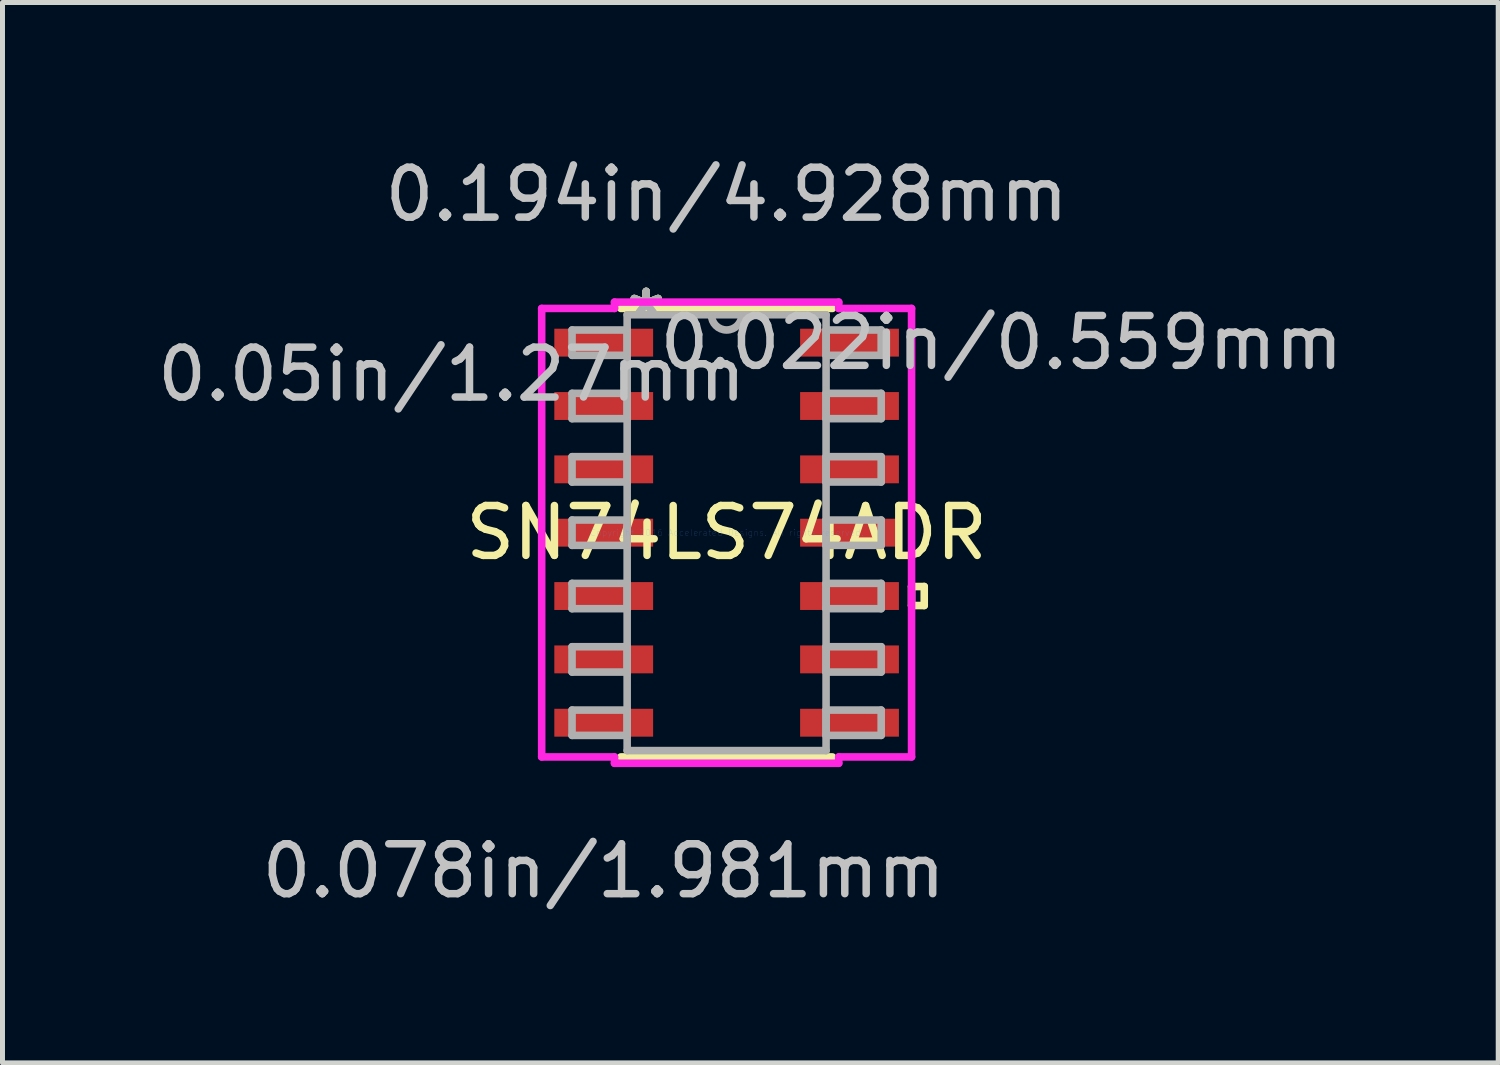
<source format=kicad_pcb>
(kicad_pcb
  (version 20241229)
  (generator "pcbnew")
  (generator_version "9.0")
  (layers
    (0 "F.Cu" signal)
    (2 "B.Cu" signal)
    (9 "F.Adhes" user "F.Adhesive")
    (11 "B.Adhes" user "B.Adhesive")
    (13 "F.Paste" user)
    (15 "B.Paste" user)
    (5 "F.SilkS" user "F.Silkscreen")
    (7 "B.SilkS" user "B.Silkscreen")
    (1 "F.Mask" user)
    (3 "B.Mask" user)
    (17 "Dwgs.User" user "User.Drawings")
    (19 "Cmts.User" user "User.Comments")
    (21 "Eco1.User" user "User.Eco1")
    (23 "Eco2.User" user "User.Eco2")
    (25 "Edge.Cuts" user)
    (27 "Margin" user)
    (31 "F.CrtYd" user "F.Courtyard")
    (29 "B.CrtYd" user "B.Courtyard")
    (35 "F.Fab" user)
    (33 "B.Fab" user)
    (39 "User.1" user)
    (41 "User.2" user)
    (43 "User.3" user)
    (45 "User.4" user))
  (footprint "SN74LS74ADR"
    (layer "F.Cu")
    (at 11.518 7.63)
    (property "Reference" "SN74LS74ADR" (at 0 0 0) (layer "F.SilkS") (effects (font (size 1 1) (thickness 0.15))))
    (attr through_hole)
    (fp_line (start -2.121 4.496) (end 2.121 4.496) (stroke (width 0.152) (type solid)) (layer "F.SilkS"))
    (fp_line (start 2.121 -4.496) (end -2.121 -4.496) (stroke (width 0.152) (type solid)) (layer "F.SilkS"))
    (fp_line (start 3.708 1.079) (end 3.962 1.079) (stroke (width 0.152) (type solid)) (layer "F.SilkS"))
    (fp_line (start 3.708 1.46) (end 3.708 1.079) (stroke (width 0.152) (type solid)) (layer "F.SilkS"))
    (fp_line (start 3.962 1.079) (end 3.962 1.46) (stroke (width 0.152) (type solid)) (layer "F.SilkS"))
    (fp_line (start 3.962 1.46) (end 3.708 1.46) (stroke (width 0.152) (type solid)) (layer "F.SilkS"))
    (fp_line (start -3.708 -4.496) (end -2.248 -4.496) (stroke (width 0.152) (type solid)) (layer "F.CrtYd"))
    (fp_line (start -3.708 4.496) (end -3.708 -4.496) (stroke (width 0.152) (type solid)) (layer "F.CrtYd"))
    (fp_line (start -2.248 -4.623) (end 2.248 -4.623) (stroke (width 0.152) (type solid)) (layer "F.CrtYd"))
    (fp_line (start -2.248 -4.496) (end -2.248 -4.623) (stroke (width 0.152) (type solid)) (layer "F.CrtYd"))
    (fp_line (start -2.248 4.496) (end -3.708 4.496) (stroke (width 0.152) (type solid)) (layer "F.CrtYd"))
    (fp_line (start -2.248 4.623) (end -2.248 4.496) (stroke (width 0.152) (type solid)) (layer "F.CrtYd"))
    (fp_line (start 2.248 -4.623) (end 2.248 -4.496) (stroke (width 0.152) (type solid)) (layer "F.CrtYd"))
    (fp_line (start 2.248 -4.496) (end 3.708 -4.496) (stroke (width 0.152) (type solid)) (layer "F.CrtYd"))
    (fp_line (start 2.248 4.496) (end 2.248 4.623) (stroke (width 0.152) (type solid)) (layer "F.CrtYd"))
    (fp_line (start 2.248 4.623) (end -2.248 4.623) (stroke (width 0.152) (type solid)) (layer "F.CrtYd"))
    (fp_line (start 3.708 -4.496) (end 3.708 4.496) (stroke (width 0.152) (type solid)) (layer "F.CrtYd"))
    (fp_line (start 3.708 4.496) (end 2.248 4.496) (stroke (width 0.152) (type solid)) (layer "F.CrtYd"))
    (fp_line (start -3.099 -4.064) (end -3.099 -3.556) (stroke (width 0.152) (type solid)) (layer "F.Fab"))
    (fp_line (start -3.099 -3.556) (end -1.994 -3.556) (stroke (width 0.152) (type solid)) (layer "F.Fab"))
    (fp_line (start -3.099 -2.794) (end -3.099 -2.286) (stroke (width 0.152) (type solid)) (layer "F.Fab"))
    (fp_line (start -3.099 -2.286) (end -1.994 -2.286) (stroke (width 0.152) (type solid)) (layer "F.Fab"))
    (fp_line (start -3.099 -1.524) (end -3.099 -1.016) (stroke (width 0.152) (type solid)) (layer "F.Fab"))
    (fp_line (start -3.099 -1.016) (end -1.994 -1.016) (stroke (width 0.152) (type solid)) (layer "F.Fab"))
    (fp_line (start -3.099 -0.254) (end -3.099 0.254) (stroke (width 0.152) (type solid)) (layer "F.Fab"))
    (fp_line (start -3.099 0.254) (end -1.994 0.254) (stroke (width 0.152) (type solid)) (layer "F.Fab"))
    (fp_line (start -3.099 1.016) (end -3.099 1.524) (stroke (width 0.152) (type solid)) (layer "F.Fab"))
    (fp_line (start -3.099 1.524) (end -1.994 1.524) (stroke (width 0.152) (type solid)) (layer "F.Fab"))
    (fp_line (start -3.099 2.286) (end -3.099 2.794) (stroke (width 0.152) (type solid)) (layer "F.Fab"))
    (fp_line (start -3.099 2.794) (end -1.994 2.794) (stroke (width 0.152) (type solid)) (layer "F.Fab"))
    (fp_line (start -3.099 3.556) (end -3.099 4.064) (stroke (width 0.152) (type solid)) (layer "F.Fab"))
    (fp_line (start -3.099 4.064) (end -1.994 4.064) (stroke (width 0.152) (type solid)) (layer "F.Fab"))
    (fp_line (start -1.994 -4.369) (end -1.994 4.369) (stroke (width 0.152) (type solid)) (layer "F.Fab"))
    (fp_line (start -1.994 -4.064) (end -3.099 -4.064) (stroke (width 0.152) (type solid)) (layer "F.Fab"))
    (fp_line (start -1.994 -3.556) (end -1.994 -4.064) (stroke (width 0.152) (type solid)) (layer "F.Fab"))
    (fp_line (start -1.994 -2.794) (end -3.099 -2.794) (stroke (width 0.152) (type solid)) (layer "F.Fab"))
    (fp_line (start -1.994 -2.286) (end -1.994 -2.794) (stroke (width 0.152) (type solid)) (layer "F.Fab"))
    (fp_line (start -1.994 -1.524) (end -3.099 -1.524) (stroke (width 0.152) (type solid)) (layer "F.Fab"))
    (fp_line (start -1.994 -1.016) (end -1.994 -1.524) (stroke (width 0.152) (type solid)) (layer "F.Fab"))
    (fp_line (start -1.994 -0.254) (end -3.099 -0.254) (stroke (width 0.152) (type solid)) (layer "F.Fab"))
    (fp_line (start -1.994 0.254) (end -1.994 -0.254) (stroke (width 0.152) (type solid)) (layer "F.Fab"))
    (fp_line (start -1.994 1.016) (end -3.099 1.016) (stroke (width 0.152) (type solid)) (layer "F.Fab"))
    (fp_line (start -1.994 1.524) (end -1.994 1.016) (stroke (width 0.152) (type solid)) (layer "F.Fab"))
    (fp_line (start -1.994 2.286) (end -3.099 2.286) (stroke (width 0.152) (type solid)) (layer "F.Fab"))
    (fp_line (start -1.994 2.794) (end -1.994 2.286) (stroke (width 0.152) (type solid)) (layer "F.Fab"))
    (fp_line (start -1.994 3.556) (end -3.099 3.556) (stroke (width 0.152) (type solid)) (layer "F.Fab"))
    (fp_line (start -1.994 4.064) (end -1.994 3.556) (stroke (width 0.152) (type solid)) (layer "F.Fab"))
    (fp_line (start -1.994 4.369) (end 1.994 4.369) (stroke (width 0.152) (type solid)) (layer "F.Fab"))
    (fp_line (start 1.994 -4.369) (end -1.994 -4.369) (stroke (width 0.152) (type solid)) (layer "F.Fab"))
    (fp_line (start 1.994 -4.064) (end 1.994 -3.556) (stroke (width 0.152) (type solid)) (layer "F.Fab"))
    (fp_line (start 1.994 -3.556) (end 3.099 -3.556) (stroke (width 0.152) (type solid)) (layer "F.Fab"))
    (fp_line (start 1.994 -2.794) (end 1.994 -2.286) (stroke (width 0.152) (type solid)) (layer "F.Fab"))
    (fp_line (start 1.994 -2.286) (end 3.099 -2.286) (stroke (width 0.152) (type solid)) (layer "F.Fab"))
    (fp_line (start 1.994 -1.524) (end 1.994 -1.016) (stroke (width 0.152) (type solid)) (layer "F.Fab"))
    (fp_line (start 1.994 -1.016) (end 3.099 -1.016) (stroke (width 0.152) (type solid)) (layer "F.Fab"))
    (fp_line (start 1.994 -0.254) (end 1.994 0.254) (stroke (width 0.152) (type solid)) (layer "F.Fab"))
    (fp_line (start 1.994 0.254) (end 3.099 0.254) (stroke (width 0.152) (type solid)) (layer "F.Fab"))
    (fp_line (start 1.994 1.016) (end 1.994 1.524) (stroke (width 0.152) (type solid)) (layer "F.Fab"))
    (fp_line (start 1.994 1.524) (end 3.099 1.524) (stroke (width 0.152) (type solid)) (layer "F.Fab"))
    (fp_line (start 1.994 2.286) (end 1.994 2.794) (stroke (width 0.152) (type solid)) (layer "F.Fab"))
    (fp_line (start 1.994 2.794) (end 3.099 2.794) (stroke (width 0.152) (type solid)) (layer "F.Fab"))
    (fp_line (start 1.994 3.556) (end 1.994 4.064) (stroke (width 0.152) (type solid)) (layer "F.Fab"))
    (fp_line (start 1.994 4.064) (end 3.099 4.064) (stroke (width 0.152) (type solid)) (layer "F.Fab"))
    (fp_line (start 1.994 4.369) (end 1.994 -4.369) (stroke (width 0.152) (type solid)) (layer "F.Fab"))
    (fp_line (start 3.099 -4.064) (end 1.994 -4.064) (stroke (width 0.152) (type solid)) (layer "F.Fab"))
    (fp_line (start 3.099 -3.556) (end 3.099 -4.064) (stroke (width 0.152) (type solid)) (layer "F.Fab"))
    (fp_line (start 3.099 -2.794) (end 1.994 -2.794) (stroke (width 0.152) (type solid)) (layer "F.Fab"))
    (fp_line (start 3.099 -2.286) (end 3.099 -2.794) (stroke (width 0.152) (type solid)) (layer "F.Fab"))
    (fp_line (start 3.099 -1.524) (end 1.994 -1.524) (stroke (width 0.152) (type solid)) (layer "F.Fab"))
    (fp_line (start 3.099 -1.016) (end 3.099 -1.524) (stroke (width 0.152) (type solid)) (layer "F.Fab"))
    (fp_line (start 3.099 -0.254) (end 1.994 -0.254) (stroke (width 0.152) (type solid)) (layer "F.Fab"))
    (fp_line (start 3.099 0.254) (end 3.099 -0.254) (stroke (width 0.152) (type solid)) (layer "F.Fab"))
    (fp_line (start 3.099 1.016) (end 1.994 1.016) (stroke (width 0.152) (type solid)) (layer "F.Fab"))
    (fp_line (start 3.099 1.524) (end 3.099 1.016) (stroke (width 0.152) (type solid)) (layer "F.Fab"))
    (fp_line (start 3.099 2.286) (end 1.994 2.286) (stroke (width 0.152) (type solid)) (layer "F.Fab"))
    (fp_line (start 3.099 2.794) (end 3.099 2.286) (stroke (width 0.152) (type solid)) (layer "F.Fab"))
    (fp_line (start 3.099 3.556) (end 1.994 3.556) (stroke (width 0.152) (type solid)) (layer "F.Fab"))
    (fp_line (start 3.099 4.064) (end 3.099 3.556) (stroke (width 0.152) (type solid)) (layer "F.Fab"))
    (fp_arc (start 0.3048 -4.3688) (mid 0 -4.064) (end -0.3048 -4.3688) (stroke (width 0.1524) (type solid)) (layer "F.Fab"))
    (fp_text user "*" (at -1.613 -4.293 0) (layer "F.SilkS") (effects (font (size 1 1) (thickness 0.15))))
    (fp_text user "*" (at -1.613 -4.293 0) (layer "F.SilkS") (effects (font (size 1 1) (thickness 0.15))))
    (fp_text user "0.194in/4.928mm" (at 0 -6.782 0) (layer "Dwgs.User") (effects (font (size 1 1) (thickness 0.15))))
    (fp_text user "0.05in/1.27mm" (at -5.512 -3.175 0) (layer "Dwgs.User") (effects (font (size 1 1) (thickness 0.15))))
    (fp_text user "0.022in/0.559mm" (at 5.512 -3.81 0) (layer "Dwgs.User") (effects (font (size 1 1) (thickness 0.15))))
    (fp_text user "0.078in/1.981mm" (at -2.464 6.782 0) (layer "Dwgs.User") (effects (font (size 1 1) (thickness 0.15))))
    (fp_text user "Copyright 2016 Accelerated Designs. All rights reserved." (at 0 0 0) (layer "Cmts.User") (effects (font (size 0.127 0.127) (thickness 0.002))))
    (fp_text user "*" (at -1.613 -4.293 0) (layer "F.Fab") (effects (font (size 1 1) (thickness 0.15))))
    (fp_text user "*" (at -1.613 -4.293 0) (layer "F.Fab") (effects (font (size 1 1) (thickness 0.15))))
    (pad "1" smd rect (at -2.464 -3.81) (size 1.981 0.559) (layers "F.Cu" "F.Mask" "F.Paste"))
    (pad "2" smd rect (at -2.464 -2.54) (size 1.981 0.559) (layers "F.Cu" "F.Mask" "F.Paste"))
    (pad "3" smd rect (at -2.464 -1.27) (size 1.981 0.559) (layers "F.Cu" "F.Mask" "F.Paste"))
    (pad "4" smd rect (at -2.464 0) (size 1.981 0.559) (layers "F.Cu" "F.Mask" "F.Paste"))
    (pad "5" smd rect (at -2.464 1.27) (size 1.981 0.559) (layers "F.Cu" "F.Mask" "F.Paste"))
    (pad "6" smd rect (at -2.464 2.54) (size 1.981 0.559) (layers "F.Cu" "F.Mask" "F.Paste"))
    (pad "7" smd rect (at -2.464 3.81) (size 1.981 0.559) (layers "F.Cu" "F.Mask" "F.Paste"))
    (pad "8" smd rect (at 2.464 3.81) (size 1.981 0.559) (layers "F.Cu" "F.Mask" "F.Paste"))
    (pad "9" smd rect (at 2.464 2.54) (size 1.981 0.559) (layers "F.Cu" "F.Mask" "F.Paste"))
    (pad "10" smd rect (at 2.464 1.27) (size 1.981 0.559) (layers "F.Cu" "F.Mask" "F.Paste"))
    (pad "11" smd rect (at 2.464 0) (size 1.981 0.559) (layers "F.Cu" "F.Mask" "F.Paste"))
    (pad "12" smd rect (at 2.464 -1.27) (size 1.981 0.559) (layers "F.Cu" "F.Mask" "F.Paste"))
    (pad "13" smd rect (at 2.464 -2.54) (size 1.981 0.559) (layers "F.Cu" "F.Mask" "F.Paste"))
    (pad "14" smd rect (at 2.464 -3.81) (size 1.981 0.559) (layers "F.Cu" "F.Mask" "F.Paste")))
  (gr_rect
    (start -3 -3)
    (end 26.988 18.26)
    (stroke (width 0.1) (type default))
    (fill no)
    (layer "Edge.Cuts")))
</source>
